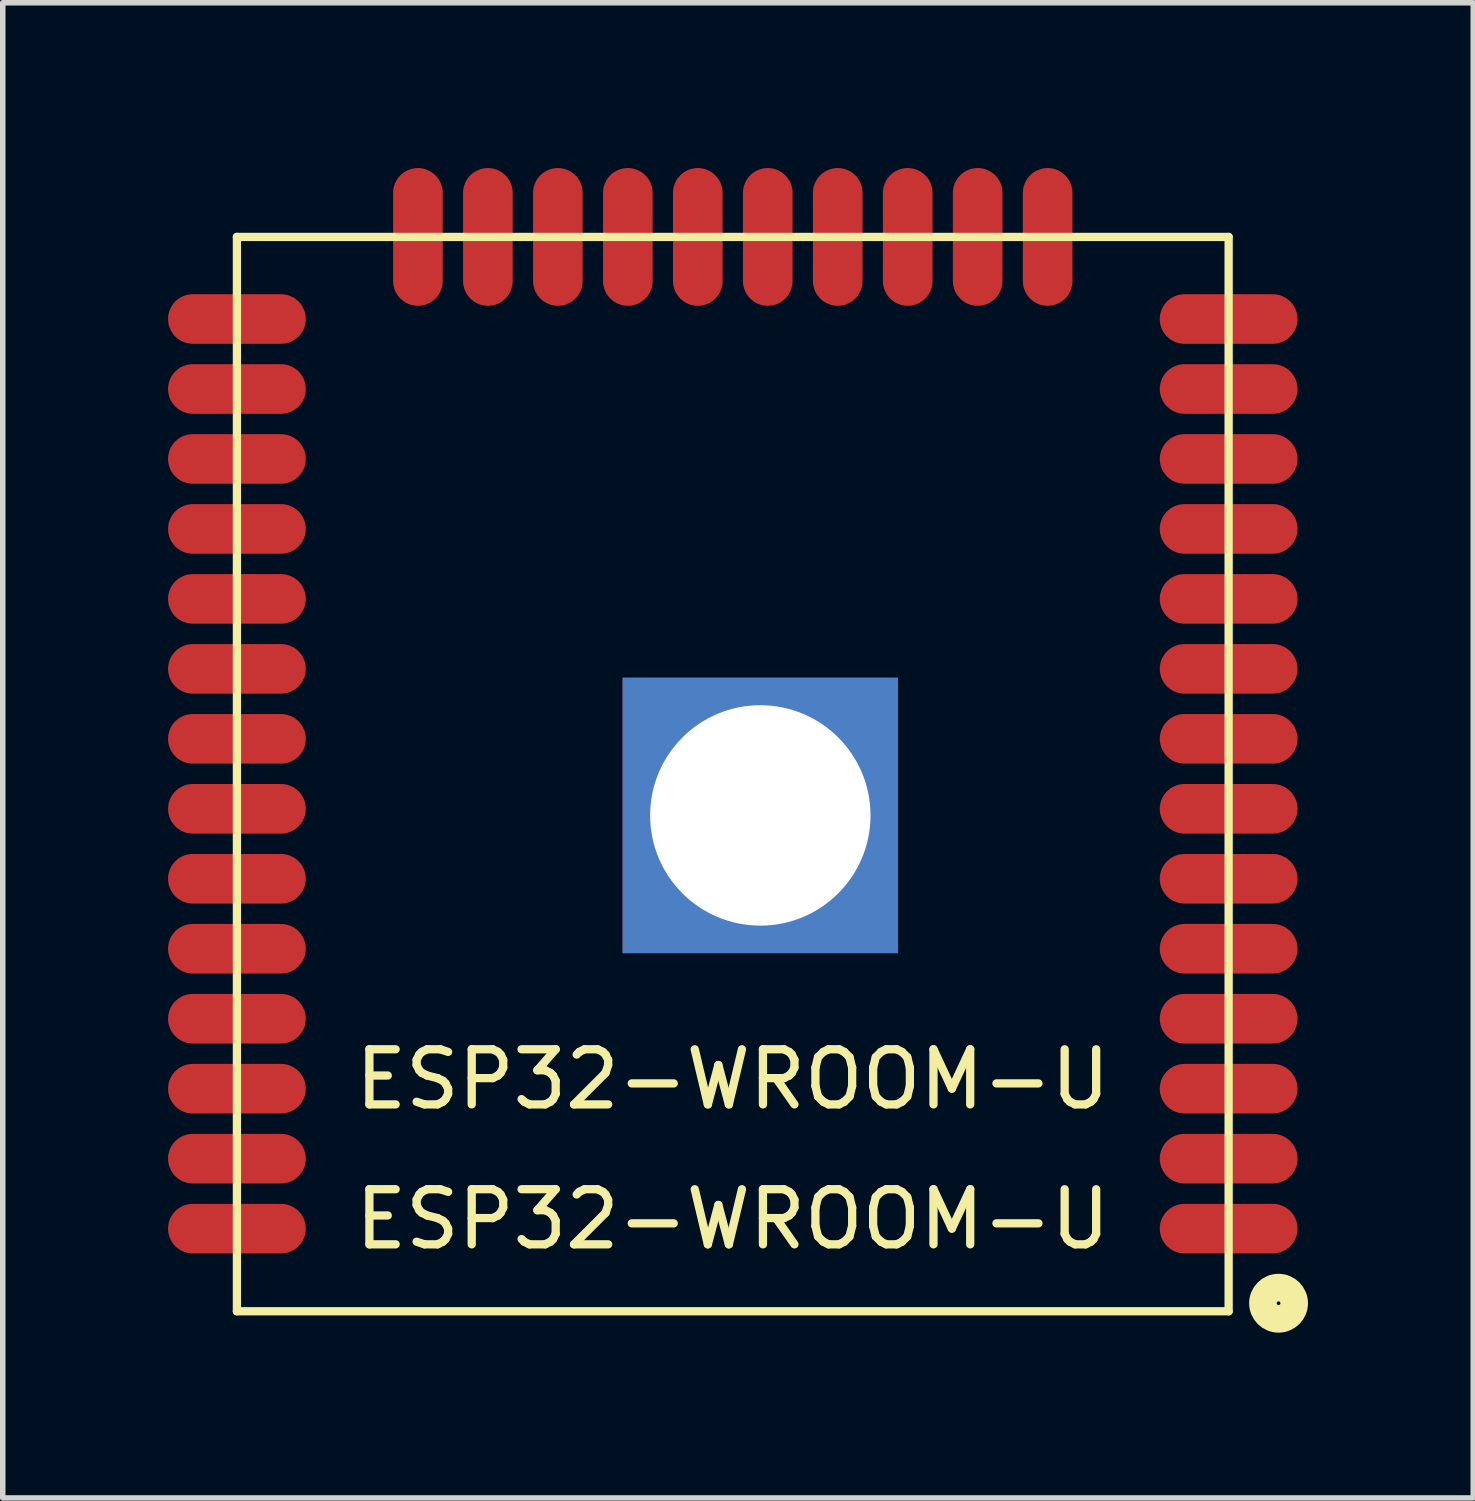
<source format=kicad_pcb>
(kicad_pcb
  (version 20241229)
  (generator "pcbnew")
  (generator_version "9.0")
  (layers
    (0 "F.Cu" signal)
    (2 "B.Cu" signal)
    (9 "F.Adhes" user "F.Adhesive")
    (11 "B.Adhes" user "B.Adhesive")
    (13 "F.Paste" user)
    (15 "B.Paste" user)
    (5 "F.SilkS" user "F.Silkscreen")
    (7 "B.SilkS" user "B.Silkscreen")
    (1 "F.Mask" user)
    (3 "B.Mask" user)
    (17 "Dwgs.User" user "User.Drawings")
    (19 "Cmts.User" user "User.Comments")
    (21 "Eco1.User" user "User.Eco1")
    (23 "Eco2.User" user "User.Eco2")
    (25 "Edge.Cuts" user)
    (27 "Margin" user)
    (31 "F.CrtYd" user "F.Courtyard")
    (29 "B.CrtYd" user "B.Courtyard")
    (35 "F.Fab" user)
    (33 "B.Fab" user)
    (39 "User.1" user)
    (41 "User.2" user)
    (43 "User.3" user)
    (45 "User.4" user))
  (footprint "ESP32-WROOM-U"
    (layer "F.Cu")
    (at 10.25 14)
    (property "Reference" "ESP32-WROOM-U" (at 0 2.54 180) (layer "F.SilkS") (effects (font (size 1 1) (thickness 0.15))))
    (attr through_hole)
    (fp_line (start -9 -12.75) (end 9 -12.75) (stroke (width 0.15) (type solid)) (layer "F.SilkS"))
    (fp_line (start -9 6.75) (end -9 -12.75) (stroke (width 0.15) (type solid)) (layer "F.SilkS"))
    (fp_line (start -9 6.75) (end 9 6.75) (stroke (width 0.15) (type solid)) (layer "F.SilkS"))
    (fp_line (start 9 6.75) (end 9 -12.75) (stroke (width 0.15) (type solid)) (layer "F.SilkS"))
    (fp_circle (center 9.906 6.604) (end 10.033 6.858) (stroke (width 0.5) (type solid)) (fill no) (layer "F.SilkS"))
    (fp_text user "ESP32-WROOM-U" (at 0 5.08 180) (layer "F.SilkS") (effects (font (size 1 1) (thickness 0.15))))
    (pad "1" smd oval (at 9 5.25) (size 2.5 0.9) (layers "F.Cu" "F.Mask" "F.Paste"))
    (pad "2" smd oval (at 9 3.98) (size 2.5 0.9) (layers "F.Cu" "F.Mask" "F.Paste"))
    (pad "3" smd oval (at 9 2.71) (size 2.5 0.9) (layers "F.Cu" "F.Mask" "F.Paste"))
    (pad "4" smd oval (at 9 1.44) (size 2.5 0.9) (layers "F.Cu" "F.Mask" "F.Paste"))
    (pad "5" smd oval (at 9 0.17) (size 2.5 0.9) (layers "F.Cu" "F.Mask" "F.Paste"))
    (pad "6" smd oval (at 9 -1.1) (size 2.5 0.9) (layers "F.Cu" "F.Mask" "F.Paste"))
    (pad "7" smd oval (at 9 -2.37) (size 2.5 0.9) (layers "F.Cu" "F.Mask" "F.Paste"))
    (pad "8" smd oval (at 9 -3.64) (size 2.5 0.9) (layers "F.Cu" "F.Mask" "F.Paste"))
    (pad "9" smd oval (at 9 -4.91) (size 2.5 0.9) (layers "F.Cu" "F.Mask" "F.Paste"))
    (pad "10" smd oval (at 9 -6.18) (size 2.5 0.9) (layers "F.Cu" "F.Mask" "F.Paste"))
    (pad "11" smd oval (at 9 -7.45) (size 2.5 0.9) (layers "F.Cu" "F.Mask" "F.Paste"))
    (pad "12" smd oval (at 9 -8.72) (size 2.5 0.9) (layers "F.Cu" "F.Mask" "F.Paste"))
    (pad "13" smd oval (at 9 -9.99) (size 2.5 0.9) (layers "F.Cu" "F.Mask" "F.Paste"))
    (pad "14" smd oval (at 9 -11.26) (size 2.5 0.9) (layers "F.Cu" "F.Mask" "F.Paste"))
    (pad "15" smd oval (at 5.715 -12.75) (size 0.9 2.5) (layers "F.Cu" "F.Mask" "F.Paste"))
    (pad "16" smd oval (at 4.445 -12.75) (size 0.9 2.5) (layers "F.Cu" "F.Mask" "F.Paste"))
    (pad "17" smd oval (at 3.175 -12.75) (size 0.9 2.5) (layers "F.Cu" "F.Mask" "F.Paste"))
    (pad "18" smd oval (at 1.905 -12.75) (size 0.9 2.5) (layers "F.Cu" "F.Mask" "F.Paste"))
    (pad "19" smd oval (at 0.635 -12.75) (size 0.9 2.5) (layers "F.Cu" "F.Mask" "F.Paste"))
    (pad "20" smd oval (at -0.635 -12.75) (size 0.9 2.5) (layers "F.Cu" "F.Mask" "F.Paste"))
    (pad "21" smd oval (at -1.905 -12.75) (size 0.9 2.5) (layers "F.Cu" "F.Mask" "F.Paste"))
    (pad "22" smd oval (at -3.175 -12.75) (size 0.9 2.5) (layers "F.Cu" "F.Mask" "F.Paste"))
    (pad "23" smd oval (at -4.445 -12.75) (size 0.9 2.5) (layers "F.Cu" "F.Mask" "F.Paste"))
    (pad "24" smd oval (at -5.715 -12.75) (size 0.9 2.5) (layers "F.Cu" "F.Mask" "F.Paste"))
    (pad "25" smd oval (at -9 -11.26) (size 2.5 0.9) (layers "F.Cu" "F.Mask" "F.Paste"))
    (pad "26" smd oval (at -9 -9.99) (size 2.5 0.9) (layers "F.Cu" "F.Mask" "F.Paste"))
    (pad "27" smd oval (at -9 -8.72) (size 2.5 0.9) (layers "F.Cu" "F.Mask" "F.Paste"))
    (pad "28" smd oval (at -9 -7.45) (size 2.5 0.9) (layers "F.Cu" "F.Mask" "F.Paste"))
    (pad "29" smd oval (at -9 -6.18) (size 2.5 0.9) (layers "F.Cu" "F.Mask" "F.Paste"))
    (pad "30" smd oval (at -9 -4.91) (size 2.5 0.9) (layers "F.Cu" "F.Mask" "F.Paste"))
    (pad "31" smd oval (at -9 -3.64) (size 2.5 0.9) (layers "F.Cu" "F.Mask" "F.Paste"))
    (pad "32" smd oval (at -9 -2.37) (size 2.5 0.9) (layers "F.Cu" "F.Mask" "F.Paste"))
    (pad "33" smd oval (at -9 -1.1) (size 2.5 0.9) (layers "F.Cu" "F.Mask" "F.Paste"))
    (pad "34" smd oval (at -9 0.17) (size 2.5 0.9) (layers "F.Cu" "F.Mask" "F.Paste"))
    (pad "35" smd oval (at -9 1.44) (size 2.5 0.9) (layers "F.Cu" "F.Mask" "F.Paste"))
    (pad "36" smd oval (at -9 2.71) (size 2.5 0.9) (layers "F.Cu" "F.Mask" "F.Paste"))
    (pad "37" smd oval (at -9 3.98) (size 2.5 0.9) (layers "F.Cu" "F.Mask" "F.Paste"))
    (pad "38" smd oval (at -9 5.25) (size 2.5 0.9) (layers "F.Cu" "F.Mask" "F.Paste"))
    (pad "39" thru_hole rect (at 0.5 -2.25) (size 5 5) (drill 4) (layers "*.Cu" "*.Mask")))
  (gr_rect
    (start -3 -3)
    (end 23.69 24.138)
    (stroke (width 0.1) (type default))
    (fill no)
    (layer "Edge.Cuts")))
</source>
